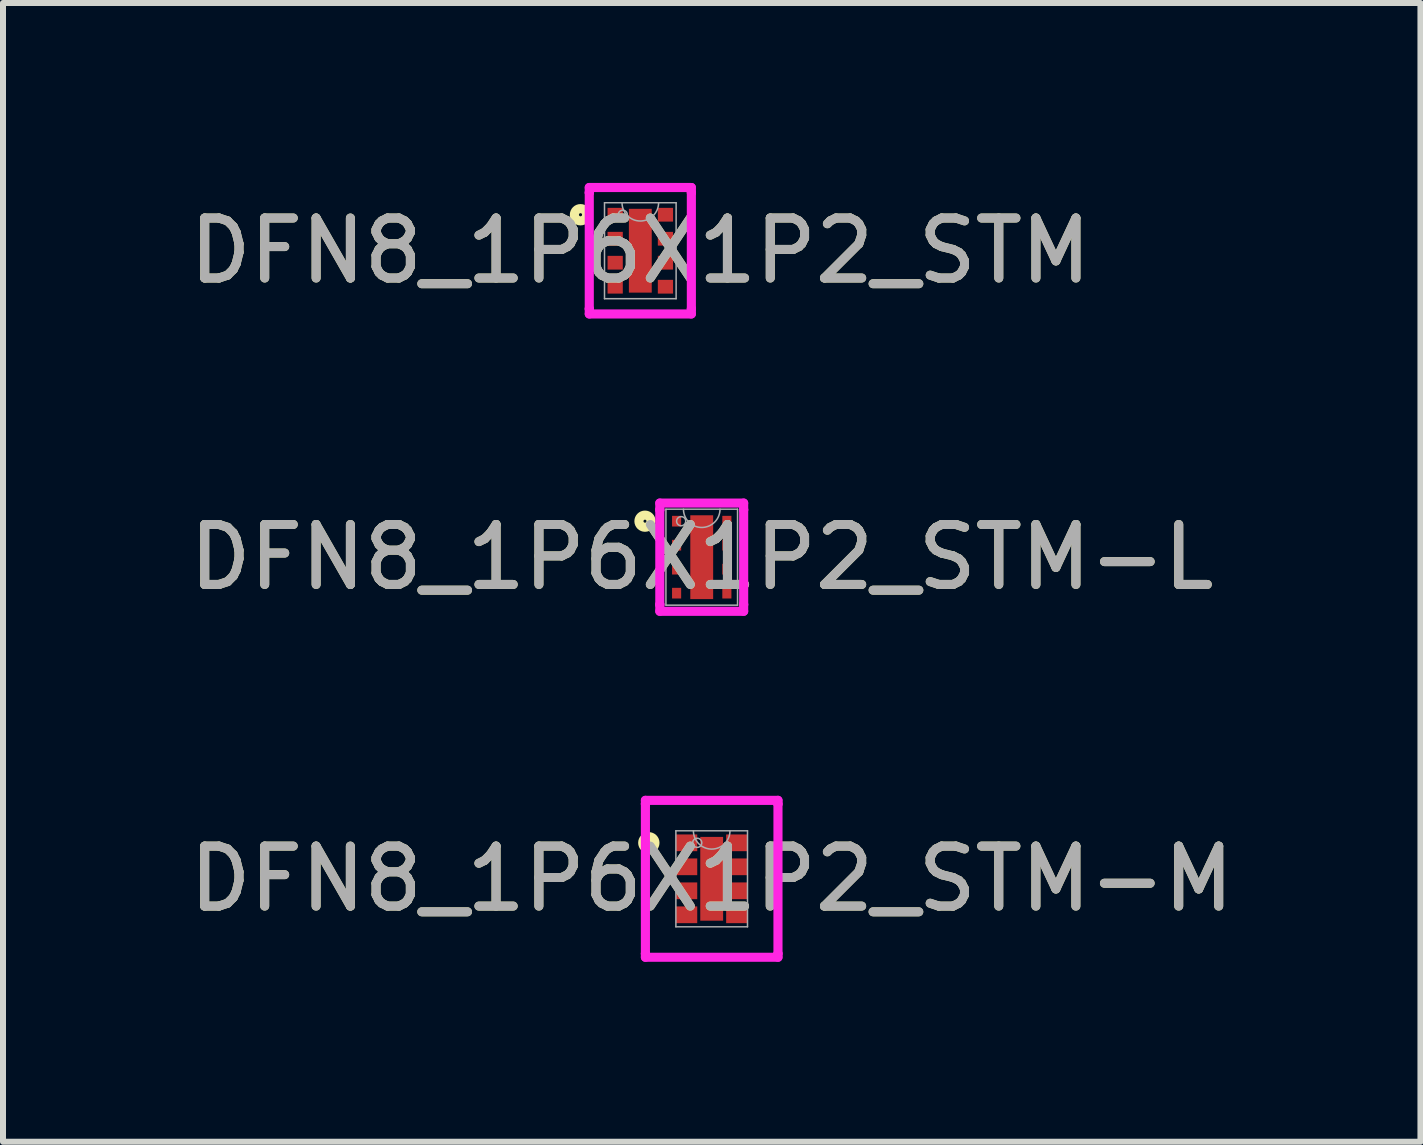
<source format=kicad_pcb>
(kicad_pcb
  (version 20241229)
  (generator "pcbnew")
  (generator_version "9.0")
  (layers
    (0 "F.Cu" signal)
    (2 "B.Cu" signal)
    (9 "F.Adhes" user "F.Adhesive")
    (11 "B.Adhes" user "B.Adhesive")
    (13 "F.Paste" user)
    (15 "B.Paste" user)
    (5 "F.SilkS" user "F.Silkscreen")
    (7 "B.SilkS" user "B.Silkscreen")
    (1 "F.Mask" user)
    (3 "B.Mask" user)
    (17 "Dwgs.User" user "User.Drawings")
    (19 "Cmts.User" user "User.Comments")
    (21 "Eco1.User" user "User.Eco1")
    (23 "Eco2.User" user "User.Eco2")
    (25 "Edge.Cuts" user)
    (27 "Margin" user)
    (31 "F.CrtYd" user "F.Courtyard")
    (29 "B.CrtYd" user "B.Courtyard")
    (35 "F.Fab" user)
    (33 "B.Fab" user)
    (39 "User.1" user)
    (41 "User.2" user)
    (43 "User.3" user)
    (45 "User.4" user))
  (footprint "DFN8_1P6X1P2_STM"
    (layer "F.Cu")
    (at 7.625 1.13)
    (property "Reference" "DFN8_1P6X1P2_STM" (at 0 0 0) (unlocked yes) (layer "F.SilkS") (effects (font (size 1 1) (thickness 0.15))))
    (attr smd)
    (fp_circle (center -0.997 -0.6) (end -0.895 -0.6) (stroke (width 0.152) (type solid)) (fill no) (layer "F.SilkS"))
    (fp_line (start -0.851 -1.054) (end 0.851 -1.054) (stroke (width 0.152) (type solid)) (layer "F.CrtYd"))
    (fp_line (start -0.851 -0.968) (end -0.851 -1.054) (stroke (width 0.152) (type solid)) (layer "F.CrtYd"))
    (fp_line (start -0.851 -0.968) (end -0.851 -0.968) (stroke (width 0.152) (type solid)) (layer "F.CrtYd"))
    (fp_line (start -0.851 0.968) (end -0.851 -0.968) (stroke (width 0.152) (type solid)) (layer "F.CrtYd"))
    (fp_line (start -0.851 0.968) (end -0.851 0.968) (stroke (width 0.152) (type solid)) (layer "F.CrtYd"))
    (fp_line (start -0.851 1.054) (end -0.851 0.968) (stroke (width 0.152) (type solid)) (layer "F.CrtYd"))
    (fp_line (start 0.851 -1.054) (end 0.851 -0.968) (stroke (width 0.152) (type solid)) (layer "F.CrtYd"))
    (fp_line (start 0.851 -0.968) (end 0.851 -0.968) (stroke (width 0.152) (type solid)) (layer "F.CrtYd"))
    (fp_line (start 0.851 -0.968) (end 0.851 0.968) (stroke (width 0.152) (type solid)) (layer "F.CrtYd"))
    (fp_line (start 0.851 0.968) (end 0.851 0.968) (stroke (width 0.152) (type solid)) (layer "F.CrtYd"))
    (fp_line (start 0.851 0.968) (end 0.851 1.054) (stroke (width 0.152) (type solid)) (layer "F.CrtYd"))
    (fp_line (start 0.851 1.054) (end -0.851 1.054) (stroke (width 0.152) (type solid)) (layer "F.CrtYd"))
    (fp_line (start -0.597 -0.8) (end -0.597 0.8) (stroke (width 0.025) (type solid)) (layer "F.Fab"))
    (fp_line (start -0.597 0.8) (end 0.597 0.8) (stroke (width 0.025) (type solid)) (layer "F.Fab"))
    (fp_line (start 0.597 -0.8) (end -0.597 -0.8) (stroke (width 0.025) (type solid)) (layer "F.Fab"))
    (fp_line (start 0.597 0.8) (end 0.597 -0.8) (stroke (width 0.025) (type solid)) (layer "F.Fab"))
    (fp_arc (start 0.3048 -0.8001) (mid 0 -0.4953) (end -0.3048 -0.8001) (stroke (width 0.0254) (type solid)) (layer "F.Fab"))
    (fp_circle (center -0.292 -0.6) (end -0.216 -0.6) (stroke (width 0.025) (type solid)) (fill no) (layer "F.Fab"))
    (fp_text user "${REFERENCE}" (at 0 0 0) (unlocked yes) (layer "F.Fab") (effects (font (size 1 1) (thickness 0.15))))
    (pad "1" smd rect (at -0.419 -0.6) (size 0.254 0.229) (layers "F.Cu" "F.Mask" "F.Paste"))
    (pad "2" smd rect (at -0.419 -0.2) (size 0.254 0.229) (layers "F.Cu" "F.Mask" "F.Paste"))
    (pad "3" smd rect (at -0.419 0.2) (size 0.254 0.229) (layers "F.Cu" "F.Mask" "F.Paste"))
    (pad "4" smd rect (at -0.419 0.6) (size 0.254 0.229) (layers "F.Cu" "F.Mask" "F.Paste"))
    (pad "5" smd rect (at 0.419 0.6) (size 0.254 0.229) (layers "F.Cu" "F.Mask" "F.Paste"))
    (pad "6" smd rect (at 0.419 0.2) (size 0.254 0.229) (layers "F.Cu" "F.Mask" "F.Paste"))
    (pad "7" smd rect (at 0.419 -0.2) (size 0.254 0.229) (layers "F.Cu" "F.Mask" "F.Paste"))
    (pad "8" smd rect (at 0.419 -0.6) (size 0.254 0.229) (layers "F.Cu" "F.Mask" "F.Paste"))
    (pad "9" smd rect (at 0 0) (size 0.381 1.397) (layers "F.Cu" "F.Mask" "F.Paste")))
  (footprint "DFN8_1P6X1P2_STM-L"
    (layer "F.Cu")
    (at 8.649 6.239)
    (property "Reference" "DFN8_1P6X1P2_STM-L" (at 0 0 0) (unlocked yes) (layer "F.SilkS") (effects (font (size 1 1) (thickness 0.15))))
    (attr smd)
    (fp_circle (center -0.946 -0.6) (end -0.845 -0.6) (stroke (width 0.152) (type solid)) (fill no) (layer "F.SilkS"))
    (fp_line (start -0.699 -0.902) (end 0.699 -0.902) (stroke (width 0.152) (type solid)) (layer "F.CrtYd"))
    (fp_line (start -0.699 -0.79) (end -0.699 -0.902) (stroke (width 0.152) (type solid)) (layer "F.CrtYd"))
    (fp_line (start -0.699 -0.79) (end -0.699 -0.79) (stroke (width 0.152) (type solid)) (layer "F.CrtYd"))
    (fp_line (start -0.699 0.79) (end -0.699 -0.79) (stroke (width 0.152) (type solid)) (layer "F.CrtYd"))
    (fp_line (start -0.699 0.79) (end -0.699 0.79) (stroke (width 0.152) (type solid)) (layer "F.CrtYd"))
    (fp_line (start -0.699 0.902) (end -0.699 0.79) (stroke (width 0.152) (type solid)) (layer "F.CrtYd"))
    (fp_line (start 0.699 -0.902) (end 0.699 -0.79) (stroke (width 0.152) (type solid)) (layer "F.CrtYd"))
    (fp_line (start 0.699 -0.79) (end 0.699 -0.79) (stroke (width 0.152) (type solid)) (layer "F.CrtYd"))
    (fp_line (start 0.699 -0.79) (end 0.699 0.79) (stroke (width 0.152) (type solid)) (layer "F.CrtYd"))
    (fp_line (start 0.699 0.79) (end 0.699 0.79) (stroke (width 0.152) (type solid)) (layer "F.CrtYd"))
    (fp_line (start 0.699 0.79) (end 0.699 0.902) (stroke (width 0.152) (type solid)) (layer "F.CrtYd"))
    (fp_line (start 0.699 0.902) (end -0.699 0.902) (stroke (width 0.152) (type solid)) (layer "F.CrtYd"))
    (fp_line (start -0.597 -0.8) (end -0.597 0.8) (stroke (width 0.025) (type solid)) (layer "F.Fab"))
    (fp_line (start -0.597 0.8) (end 0.597 0.8) (stroke (width 0.025) (type solid)) (layer "F.Fab"))
    (fp_line (start 0.597 -0.8) (end -0.597 -0.8) (stroke (width 0.025) (type solid)) (layer "F.Fab"))
    (fp_line (start 0.597 0.8) (end 0.597 -0.8) (stroke (width 0.025) (type solid)) (layer "F.Fab"))
    (fp_arc (start 0.3048 -0.8001) (mid 0 -0.4953) (end -0.3048 -0.8001) (stroke (width 0.0254) (type solid)) (layer "F.Fab"))
    (fp_circle (center -0.343 -0.6) (end -0.267 -0.6) (stroke (width 0.025) (type solid)) (fill no) (layer "F.Fab"))
    (fp_text user "${REFERENCE}" (at 0 0 0) (unlocked yes) (layer "F.Fab") (effects (font (size 1 1) (thickness 0.15))))
    (pad "1" smd rect (at -0.419 -0.6) (size 0.152 0.178) (layers "F.Cu" "F.Mask" "F.Paste"))
    (pad "2" smd rect (at -0.419 -0.2) (size 0.152 0.178) (layers "F.Cu" "F.Mask" "F.Paste"))
    (pad "3" smd rect (at -0.419 0.2) (size 0.152 0.178) (layers "F.Cu" "F.Mask" "F.Paste"))
    (pad "4" smd rect (at -0.419 0.6) (size 0.152 0.178) (layers "F.Cu" "F.Mask" "F.Paste"))
    (pad "5" smd rect (at 0.419 0.6) (size 0.152 0.178) (layers "F.Cu" "F.Mask" "F.Paste"))
    (pad "6" smd rect (at 0.419 0.2) (size 0.152 0.178) (layers "F.Cu" "F.Mask" "F.Paste"))
    (pad "7" smd rect (at 0.419 -0.2) (size 0.152 0.178) (layers "F.Cu" "F.Mask" "F.Paste"))
    (pad "8" smd rect (at 0.419 -0.6) (size 0.152 0.178) (layers "F.Cu" "F.Mask" "F.Paste"))
    (pad "9" smd rect (at 0 0) (size 0.381 1.397) (layers "F.Cu" "F.Mask" "F.Paste")))
  (footprint "DFN8_1P6X1P2_STM-M"
    (layer "F.Cu")
    (at 8.815 11.601)
    (property "Reference" "DFN8_1P6X1P2_STM-M" (at 0 0 0) (unlocked yes) (layer "F.SilkS") (effects (font (size 1 1) (thickness 0.15))))
    (attr smd)
    (fp_circle (center -1.048 -0.6) (end -0.946 -0.6) (stroke (width 0.152) (type solid)) (fill no) (layer "F.SilkS"))
    (fp_line (start -1.105 -1.308) (end 1.105 -1.308) (stroke (width 0.152) (type solid)) (layer "F.CrtYd"))
    (fp_line (start -1.105 -1.248) (end -1.105 -1.308) (stroke (width 0.152) (type solid)) (layer "F.CrtYd"))
    (fp_line (start -1.105 -1.248) (end -1.105 -1.248) (stroke (width 0.152) (type solid)) (layer "F.CrtYd"))
    (fp_line (start -1.105 1.248) (end -1.105 -1.248) (stroke (width 0.152) (type solid)) (layer "F.CrtYd"))
    (fp_line (start -1.105 1.248) (end -1.105 1.248) (stroke (width 0.152) (type solid)) (layer "F.CrtYd"))
    (fp_line (start -1.105 1.308) (end -1.105 1.248) (stroke (width 0.152) (type solid)) (layer "F.CrtYd"))
    (fp_line (start 1.105 -1.308) (end 1.105 -1.248) (stroke (width 0.152) (type solid)) (layer "F.CrtYd"))
    (fp_line (start 1.105 -1.248) (end 1.105 -1.248) (stroke (width 0.152) (type solid)) (layer "F.CrtYd"))
    (fp_line (start 1.105 -1.248) (end 1.105 1.248) (stroke (width 0.152) (type solid)) (layer "F.CrtYd"))
    (fp_line (start 1.105 1.248) (end 1.105 1.248) (stroke (width 0.152) (type solid)) (layer "F.CrtYd"))
    (fp_line (start 1.105 1.248) (end 1.105 1.308) (stroke (width 0.152) (type solid)) (layer "F.CrtYd"))
    (fp_line (start 1.105 1.308) (end -1.105 1.308) (stroke (width 0.152) (type solid)) (layer "F.CrtYd"))
    (fp_line (start -0.597 -0.8) (end -0.597 0.8) (stroke (width 0.025) (type solid)) (layer "F.Fab"))
    (fp_line (start -0.597 0.8) (end 0.597 0.8) (stroke (width 0.025) (type solid)) (layer "F.Fab"))
    (fp_line (start 0.597 -0.8) (end -0.597 -0.8) (stroke (width 0.025) (type solid)) (layer "F.Fab"))
    (fp_line (start 0.597 0.8) (end 0.597 -0.8) (stroke (width 0.025) (type solid)) (layer "F.Fab"))
    (fp_arc (start 0.3048 -0.8001) (mid 0 -0.4953) (end -0.3048 -0.8001) (stroke (width 0.0254) (type solid)) (layer "F.Fab"))
    (fp_circle (center -0.241 -0.6) (end -0.165 -0.6) (stroke (width 0.025) (type solid)) (fill no) (layer "F.Fab"))
    (fp_text user "${REFERENCE}" (at 0 0 0) (unlocked yes) (layer "F.Fab") (effects (font (size 1 1) (thickness 0.15))))
    (pad "1" smd rect (at -0.419 -0.6) (size 0.356 0.279) (layers "F.Cu" "F.Mask" "F.Paste"))
    (pad "2" smd rect (at -0.419 -0.2) (size 0.356 0.279) (layers "F.Cu" "F.Mask" "F.Paste"))
    (pad "3" smd rect (at -0.419 0.2) (size 0.356 0.279) (layers "F.Cu" "F.Mask" "F.Paste"))
    (pad "4" smd rect (at -0.419 0.6) (size 0.356 0.279) (layers "F.Cu" "F.Mask" "F.Paste"))
    (pad "5" smd rect (at 0.419 0.6) (size 0.356 0.279) (layers "F.Cu" "F.Mask" "F.Paste"))
    (pad "6" smd rect (at 0.419 0.2) (size 0.356 0.279) (layers "F.Cu" "F.Mask" "F.Paste"))
    (pad "7" smd rect (at 0.419 -0.2) (size 0.356 0.279) (layers "F.Cu" "F.Mask" "F.Paste"))
    (pad "8" smd rect (at 0.419 -0.6) (size 0.356 0.279) (layers "F.Cu" "F.Mask" "F.Paste"))
    (pad "9" smd rect (at 0 0) (size 0.381 1.397) (layers "F.Cu" "F.Mask" "F.Paste")))
  (gr_rect
    (start -3 -3)
    (end 20.631 15.985)
    (stroke (width 0.1) (type default))
    (fill no)
    (layer "Edge.Cuts")))
</source>
